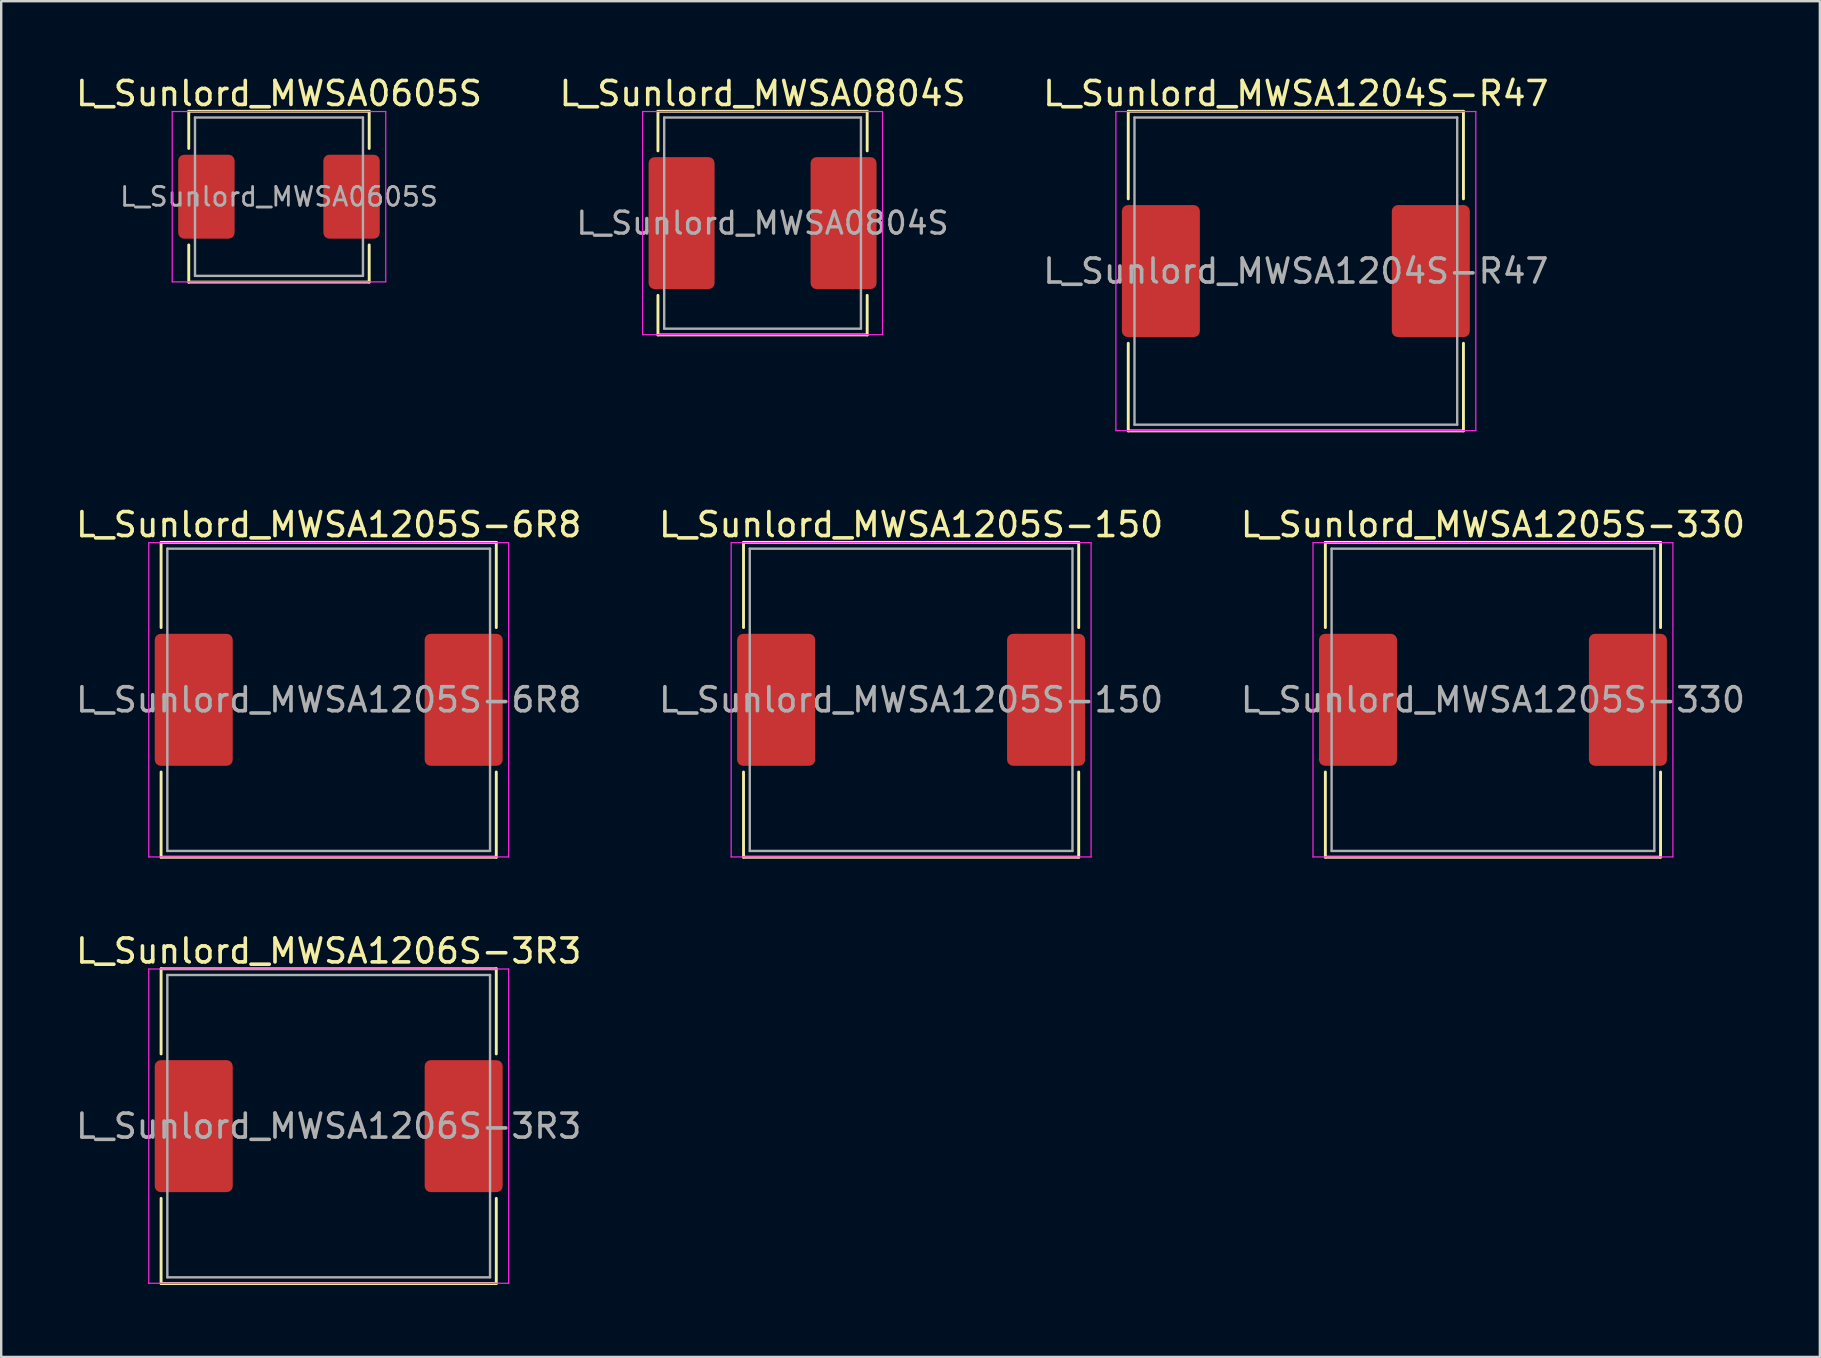
<source format=kicad_pcb>
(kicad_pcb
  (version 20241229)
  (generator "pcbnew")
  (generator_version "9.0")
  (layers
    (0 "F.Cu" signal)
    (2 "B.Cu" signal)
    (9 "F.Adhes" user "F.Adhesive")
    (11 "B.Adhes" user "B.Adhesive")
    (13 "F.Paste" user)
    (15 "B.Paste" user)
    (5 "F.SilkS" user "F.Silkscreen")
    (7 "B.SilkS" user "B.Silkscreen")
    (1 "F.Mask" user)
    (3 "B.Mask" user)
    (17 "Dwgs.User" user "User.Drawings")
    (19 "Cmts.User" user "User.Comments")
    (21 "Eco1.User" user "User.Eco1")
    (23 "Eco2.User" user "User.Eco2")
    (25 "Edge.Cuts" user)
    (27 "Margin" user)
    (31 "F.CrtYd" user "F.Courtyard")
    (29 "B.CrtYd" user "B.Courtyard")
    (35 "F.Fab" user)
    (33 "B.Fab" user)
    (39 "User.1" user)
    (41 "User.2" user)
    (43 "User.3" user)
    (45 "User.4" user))
  (footprint "L_Sunlord_MWSA1205S-330"
    (layer "F.Cu")
    (at 59.173 26.116)
    (property "Reference" "L_Sunlord_MWSA1205S-330" (at 0 -7.3 0) (layer "F.SilkS") (effects (font (size 1 1) (thickness 0.15))))
    (attr smd)
    (fp_line (start -6.985 -6.56) (end -6.985 -3.01) (stroke (width 0.12) (type solid)) (layer "F.SilkS"))
    (fp_line (start -6.985 -6.56) (end 6.985 -6.56) (stroke (width 0.12) (type solid)) (layer "F.SilkS"))
    (fp_line (start -6.985 6.56) (end -6.985 3.01) (stroke (width 0.12) (type solid)) (layer "F.SilkS"))
    (fp_line (start -6.985 6.56) (end 6.985 6.56) (stroke (width 0.12) (type solid)) (layer "F.SilkS"))
    (fp_line (start 6.985 -6.56) (end 6.985 -3.01) (stroke (width 0.12) (type solid)) (layer "F.SilkS"))
    (fp_line (start 6.985 6.56) (end 6.985 3.01) (stroke (width 0.12) (type solid)) (layer "F.SilkS"))
    (fp_line (start -7.5 -6.55) (end -7.5 6.55) (stroke (width 0.05) (type solid)) (layer "F.CrtYd"))
    (fp_line (start -7.5 6.55) (end 7.5 6.55) (stroke (width 0.05) (type solid)) (layer "F.CrtYd"))
    (fp_line (start 7.5 -6.55) (end -7.5 -6.55) (stroke (width 0.05) (type solid)) (layer "F.CrtYd"))
    (fp_line (start 7.5 6.55) (end 7.5 -6.55) (stroke (width 0.05) (type solid)) (layer "F.CrtYd"))
    (fp_line (start -6.725 -6.3) (end -6.725 6.3) (stroke (width 0.1) (type solid)) (layer "F.Fab"))
    (fp_line (start -6.725 6.3) (end 6.725 6.3) (stroke (width 0.1) (type solid)) (layer "F.Fab"))
    (fp_line (start 6.725 -6.3) (end -6.725 -6.3) (stroke (width 0.1) (type solid)) (layer "F.Fab"))
    (fp_line (start 6.725 6.3) (end 6.725 -6.3) (stroke (width 0.1) (type solid)) (layer "F.Fab"))
    (fp_text user "${REFERENCE}" (at 0 0 0) (layer "F.Fab") (effects (font (size 1 1) (thickness 0.15))))
    (pad "1" smd roundrect (at -5.625 0) (size 3.25 5.5) (layers "F.Cu" "F.Mask" "F.Paste") (roundrect_rratio 0.077))
    (pad "2" smd roundrect (at 5.625 0) (size 3.25 5.5) (layers "F.Cu" "F.Mask" "F.Paste") (roundrect_rratio 0.077)))
  (footprint "L_Sunlord_MWSA0605S"
    (layer "F.Cu")
    (at 8.577 5.148)
    (property "Reference" "L_Sunlord_MWSA0605S" (at 0 -4.3 0) (layer "F.SilkS") (effects (font (size 1 1) (thickness 0.15))))
    (attr smd)
    (fp_line (start -3.76 -3.56) (end -3.76 -2.01) (stroke (width 0.12) (type solid)) (layer "F.SilkS"))
    (fp_line (start -3.76 -3.56) (end 3.76 -3.56) (stroke (width 0.12) (type solid)) (layer "F.SilkS"))
    (fp_line (start -3.76 3.56) (end -3.76 2.01) (stroke (width 0.12) (type solid)) (layer "F.SilkS"))
    (fp_line (start -3.76 3.56) (end 3.76 3.56) (stroke (width 0.12) (type solid)) (layer "F.SilkS"))
    (fp_line (start 3.76 -3.56) (end 3.76 -2.01) (stroke (width 0.12) (type solid)) (layer "F.SilkS"))
    (fp_line (start 3.76 3.56) (end 3.76 2.01) (stroke (width 0.12) (type solid)) (layer "F.SilkS"))
    (fp_line (start -4.45 -3.55) (end -4.45 3.55) (stroke (width 0.05) (type solid)) (layer "F.CrtYd"))
    (fp_line (start -4.45 3.55) (end 4.45 3.55) (stroke (width 0.05) (type solid)) (layer "F.CrtYd"))
    (fp_line (start 4.45 -3.55) (end -4.45 -3.55) (stroke (width 0.05) (type solid)) (layer "F.CrtYd"))
    (fp_line (start 4.45 3.55) (end 4.45 -3.55) (stroke (width 0.05) (type solid)) (layer "F.CrtYd"))
    (fp_line (start -3.5 -3.3) (end -3.5 3.3) (stroke (width 0.1) (type solid)) (layer "F.Fab"))
    (fp_line (start -3.5 3.3) (end 3.5 3.3) (stroke (width 0.1) (type solid)) (layer "F.Fab"))
    (fp_line (start 3.5 -3.3) (end -3.5 -3.3) (stroke (width 0.1) (type solid)) (layer "F.Fab"))
    (fp_line (start 3.5 3.3) (end 3.5 -3.3) (stroke (width 0.1) (type solid)) (layer "F.Fab"))
    (fp_text user "${REFERENCE}" (at 0 0 0) (layer "F.Fab") (effects (font (size 0.783 0.783) (thickness 0.117))))
    (pad "1" smd roundrect (at -3.025 0) (size 2.35 3.5) (layers "F.Cu" "F.Mask" "F.Paste") (roundrect_rratio 0.106))
    (pad "2" smd roundrect (at 3.025 0) (size 2.35 3.5) (layers "F.Cu" "F.Mask" "F.Paste") (roundrect_rratio 0.106)))
  (footprint "L_Sunlord_MWSA1205S-6R8"
    (layer "F.Cu")
    (at 10.649 26.116)
    (property "Reference" "L_Sunlord_MWSA1205S-6R8" (at 0 -7.3 0) (layer "F.SilkS") (effects (font (size 1 1) (thickness 0.15))))
    (attr smd)
    (fp_line (start -6.985 -6.56) (end -6.985 -3.01) (stroke (width 0.12) (type solid)) (layer "F.SilkS"))
    (fp_line (start -6.985 -6.56) (end 6.985 -6.56) (stroke (width 0.12) (type solid)) (layer "F.SilkS"))
    (fp_line (start -6.985 6.56) (end -6.985 3.01) (stroke (width 0.12) (type solid)) (layer "F.SilkS"))
    (fp_line (start -6.985 6.56) (end 6.985 6.56) (stroke (width 0.12) (type solid)) (layer "F.SilkS"))
    (fp_line (start 6.985 -6.56) (end 6.985 -3.01) (stroke (width 0.12) (type solid)) (layer "F.SilkS"))
    (fp_line (start 6.985 6.56) (end 6.985 3.01) (stroke (width 0.12) (type solid)) (layer "F.SilkS"))
    (fp_line (start -7.5 -6.55) (end -7.5 6.55) (stroke (width 0.05) (type solid)) (layer "F.CrtYd"))
    (fp_line (start -7.5 6.55) (end 7.5 6.55) (stroke (width 0.05) (type solid)) (layer "F.CrtYd"))
    (fp_line (start 7.5 -6.55) (end -7.5 -6.55) (stroke (width 0.05) (type solid)) (layer "F.CrtYd"))
    (fp_line (start 7.5 6.55) (end 7.5 -6.55) (stroke (width 0.05) (type solid)) (layer "F.CrtYd"))
    (fp_line (start -6.725 -6.3) (end -6.725 6.3) (stroke (width 0.1) (type solid)) (layer "F.Fab"))
    (fp_line (start -6.725 6.3) (end 6.725 6.3) (stroke (width 0.1) (type solid)) (layer "F.Fab"))
    (fp_line (start 6.725 -6.3) (end -6.725 -6.3) (stroke (width 0.1) (type solid)) (layer "F.Fab"))
    (fp_line (start 6.725 6.3) (end 6.725 -6.3) (stroke (width 0.1) (type solid)) (layer "F.Fab"))
    (fp_text user "${REFERENCE}" (at 0 0 0) (layer "F.Fab") (effects (font (size 1 1) (thickness 0.15))))
    (pad "1" smd roundrect (at -5.625 0) (size 3.25 5.5) (layers "F.Cu" "F.Mask" "F.Paste") (roundrect_rratio 0.077))
    (pad "2" smd roundrect (at 5.625 0) (size 3.25 5.5) (layers "F.Cu" "F.Mask" "F.Paste") (roundrect_rratio 0.077)))
  (footprint "L_Sunlord_MWSA1206S-3R3"
    (layer "F.Cu")
    (at 10.649 43.885)
    (property "Reference" "L_Sunlord_MWSA1206S-3R3" (at 0 -7.3 0) (layer "F.SilkS") (effects (font (size 1 1) (thickness 0.15))))
    (attr smd)
    (fp_line (start -6.985 -6.56) (end -6.985 -3.01) (stroke (width 0.12) (type solid)) (layer "F.SilkS"))
    (fp_line (start -6.985 -6.56) (end 6.985 -6.56) (stroke (width 0.12) (type solid)) (layer "F.SilkS"))
    (fp_line (start -6.985 6.56) (end -6.985 3.01) (stroke (width 0.12) (type solid)) (layer "F.SilkS"))
    (fp_line (start -6.985 6.56) (end 6.985 6.56) (stroke (width 0.12) (type solid)) (layer "F.SilkS"))
    (fp_line (start 6.985 -6.56) (end 6.985 -3.01) (stroke (width 0.12) (type solid)) (layer "F.SilkS"))
    (fp_line (start 6.985 6.56) (end 6.985 3.01) (stroke (width 0.12) (type solid)) (layer "F.SilkS"))
    (fp_line (start -7.5 -6.55) (end -7.5 6.55) (stroke (width 0.05) (type solid)) (layer "F.CrtYd"))
    (fp_line (start -7.5 6.55) (end 7.5 6.55) (stroke (width 0.05) (type solid)) (layer "F.CrtYd"))
    (fp_line (start 7.5 -6.55) (end -7.5 -6.55) (stroke (width 0.05) (type solid)) (layer "F.CrtYd"))
    (fp_line (start 7.5 6.55) (end 7.5 -6.55) (stroke (width 0.05) (type solid)) (layer "F.CrtYd"))
    (fp_line (start -6.725 -6.3) (end -6.725 6.3) (stroke (width 0.1) (type solid)) (layer "F.Fab"))
    (fp_line (start -6.725 6.3) (end 6.725 6.3) (stroke (width 0.1) (type solid)) (layer "F.Fab"))
    (fp_line (start 6.725 -6.3) (end -6.725 -6.3) (stroke (width 0.1) (type solid)) (layer "F.Fab"))
    (fp_line (start 6.725 6.3) (end 6.725 -6.3) (stroke (width 0.1) (type solid)) (layer "F.Fab"))
    (fp_text user "${REFERENCE}" (at 0 0 0) (layer "F.Fab") (effects (font (size 1 1) (thickness 0.15))))
    (pad "1" smd roundrect (at -5.625 0) (size 3.25 5.5) (layers "F.Cu" "F.Mask" "F.Paste") (roundrect_rratio 0.077))
    (pad "2" smd roundrect (at 5.625 0) (size 3.25 5.5) (layers "F.Cu" "F.Mask" "F.Paste") (roundrect_rratio 0.077)))
  (footprint "L_Sunlord_MWSA1204S-R47"
    (layer "F.Cu")
    (at 50.958 8.248)
    (property "Reference" "L_Sunlord_MWSA1204S-R47" (at 0 -7.4 0) (layer "F.SilkS") (effects (font (size 1 1) (thickness 0.15))))
    (attr smd)
    (fp_line (start -6.985 -6.66) (end -6.985 -3.01) (stroke (width 0.12) (type solid)) (layer "F.SilkS"))
    (fp_line (start -6.985 -6.66) (end 6.985 -6.66) (stroke (width 0.12) (type solid)) (layer "F.SilkS"))
    (fp_line (start -6.985 6.66) (end -6.985 3.01) (stroke (width 0.12) (type solid)) (layer "F.SilkS"))
    (fp_line (start -6.985 6.66) (end 6.985 6.66) (stroke (width 0.12) (type solid)) (layer "F.SilkS"))
    (fp_line (start 6.985 -6.66) (end 6.985 -3.01) (stroke (width 0.12) (type solid)) (layer "F.SilkS"))
    (fp_line (start 6.985 6.66) (end 6.985 3.01) (stroke (width 0.12) (type solid)) (layer "F.SilkS"))
    (fp_line (start -7.5 -6.65) (end -7.5 6.65) (stroke (width 0.05) (type solid)) (layer "F.CrtYd"))
    (fp_line (start -7.5 6.65) (end 7.5 6.65) (stroke (width 0.05) (type solid)) (layer "F.CrtYd"))
    (fp_line (start 7.5 -6.65) (end -7.5 -6.65) (stroke (width 0.05) (type solid)) (layer "F.CrtYd"))
    (fp_line (start 7.5 6.65) (end 7.5 -6.65) (stroke (width 0.05) (type solid)) (layer "F.CrtYd"))
    (fp_line (start -6.725 -6.4) (end -6.725 6.4) (stroke (width 0.1) (type solid)) (layer "F.Fab"))
    (fp_line (start -6.725 6.4) (end 6.725 6.4) (stroke (width 0.1) (type solid)) (layer "F.Fab"))
    (fp_line (start 6.725 -6.4) (end -6.725 -6.4) (stroke (width 0.1) (type solid)) (layer "F.Fab"))
    (fp_line (start 6.725 6.4) (end 6.725 -6.4) (stroke (width 0.1) (type solid)) (layer "F.Fab"))
    (fp_text user "${REFERENCE}" (at 0 0 0) (layer "F.Fab") (effects (font (size 1 1) (thickness 0.15))))
    (pad "1" smd roundrect (at -5.625 0) (size 3.25 5.5) (layers "F.Cu" "F.Mask" "F.Paste") (roundrect_rratio 0.077))
    (pad "2" smd roundrect (at 5.625 0) (size 3.25 5.5) (layers "F.Cu" "F.Mask" "F.Paste") (roundrect_rratio 0.077)))
  (footprint "L_Sunlord_MWSA0804S"
    (layer "F.Cu")
    (at 28.732 6.248)
    (property "Reference" "L_Sunlord_MWSA0804S" (at 0 -5.4 0) (layer "F.SilkS") (effects (font (size 1 1) (thickness 0.15))))
    (attr smd)
    (fp_line (start -4.36 -4.66) (end -4.36 -3.01) (stroke (width 0.12) (type solid)) (layer "F.SilkS"))
    (fp_line (start -4.36 -4.66) (end 4.36 -4.66) (stroke (width 0.12) (type solid)) (layer "F.SilkS"))
    (fp_line (start -4.36 4.66) (end -4.36 3.01) (stroke (width 0.12) (type solid)) (layer "F.SilkS"))
    (fp_line (start -4.36 4.66) (end 4.36 4.66) (stroke (width 0.12) (type solid)) (layer "F.SilkS"))
    (fp_line (start 4.36 -4.66) (end 4.36 -3.01) (stroke (width 0.12) (type solid)) (layer "F.SilkS"))
    (fp_line (start 4.36 4.66) (end 4.36 3.01) (stroke (width 0.12) (type solid)) (layer "F.SilkS"))
    (fp_line (start -5 -4.65) (end -5 4.65) (stroke (width 0.05) (type solid)) (layer "F.CrtYd"))
    (fp_line (start -5 4.65) (end 5 4.65) (stroke (width 0.05) (type solid)) (layer "F.CrtYd"))
    (fp_line (start 5 -4.65) (end -5 -4.65) (stroke (width 0.05) (type solid)) (layer "F.CrtYd"))
    (fp_line (start 5 4.65) (end 5 -4.65) (stroke (width 0.05) (type solid)) (layer "F.CrtYd"))
    (fp_line (start -4.1 -4.4) (end -4.1 4.4) (stroke (width 0.1) (type solid)) (layer "F.Fab"))
    (fp_line (start -4.1 4.4) (end 4.1 4.4) (stroke (width 0.1) (type solid)) (layer "F.Fab"))
    (fp_line (start 4.1 -4.4) (end -4.1 -4.4) (stroke (width 0.1) (type solid)) (layer "F.Fab"))
    (fp_line (start 4.1 4.4) (end 4.1 -4.4) (stroke (width 0.1) (type solid)) (layer "F.Fab"))
    (fp_text user "${REFERENCE}" (at 0 0 0) (layer "F.Fab") (effects (font (size 0.917 0.917) (thickness 0.138))))
    (pad "1" smd roundrect (at -3.375 0) (size 2.75 5.5) (layers "F.Cu" "F.Mask" "F.Paste") (roundrect_rratio 0.091))
    (pad "2" smd roundrect (at 3.375 0) (size 2.75 5.5) (layers "F.Cu" "F.Mask" "F.Paste") (roundrect_rratio 0.091)))
  (footprint "L_Sunlord_MWSA1205S-150"
    (layer "F.Cu")
    (at 34.923 26.116)
    (property "Reference" "L_Sunlord_MWSA1205S-150" (at 0 -7.3 0) (layer "F.SilkS") (effects (font (size 1 1) (thickness 0.15))))
    (attr smd)
    (fp_line (start -6.985 -6.56) (end -6.985 -3.01) (stroke (width 0.12) (type solid)) (layer "F.SilkS"))
    (fp_line (start -6.985 -6.56) (end 6.985 -6.56) (stroke (width 0.12) (type solid)) (layer "F.SilkS"))
    (fp_line (start -6.985 6.56) (end -6.985 3.01) (stroke (width 0.12) (type solid)) (layer "F.SilkS"))
    (fp_line (start -6.985 6.56) (end 6.985 6.56) (stroke (width 0.12) (type solid)) (layer "F.SilkS"))
    (fp_line (start 6.985 -6.56) (end 6.985 -3.01) (stroke (width 0.12) (type solid)) (layer "F.SilkS"))
    (fp_line (start 6.985 6.56) (end 6.985 3.01) (stroke (width 0.12) (type solid)) (layer "F.SilkS"))
    (fp_line (start -7.5 -6.55) (end -7.5 6.55) (stroke (width 0.05) (type solid)) (layer "F.CrtYd"))
    (fp_line (start -7.5 6.55) (end 7.5 6.55) (stroke (width 0.05) (type solid)) (layer "F.CrtYd"))
    (fp_line (start 7.5 -6.55) (end -7.5 -6.55) (stroke (width 0.05) (type solid)) (layer "F.CrtYd"))
    (fp_line (start 7.5 6.55) (end 7.5 -6.55) (stroke (width 0.05) (type solid)) (layer "F.CrtYd"))
    (fp_line (start -6.725 -6.3) (end -6.725 6.3) (stroke (width 0.1) (type solid)) (layer "F.Fab"))
    (fp_line (start -6.725 6.3) (end 6.725 6.3) (stroke (width 0.1) (type solid)) (layer "F.Fab"))
    (fp_line (start 6.725 -6.3) (end -6.725 -6.3) (stroke (width 0.1) (type solid)) (layer "F.Fab"))
    (fp_line (start 6.725 6.3) (end 6.725 -6.3) (stroke (width 0.1) (type solid)) (layer "F.Fab"))
    (fp_text user "${REFERENCE}" (at 0 0 0) (layer "F.Fab") (effects (font (size 1 1) (thickness 0.15))))
    (pad "1" smd roundrect (at -5.625 0) (size 3.25 5.5) (layers "F.Cu" "F.Mask" "F.Paste") (roundrect_rratio 0.077))
    (pad "2" smd roundrect (at 5.625 0) (size 3.25 5.5) (layers "F.Cu" "F.Mask" "F.Paste") (roundrect_rratio 0.077)))
  (gr_rect
    (start -3 -3)
    (end 72.798 53.505)
    (stroke (width 0.1) (type default))
    (fill no)
    (layer "Edge.Cuts")))
</source>
